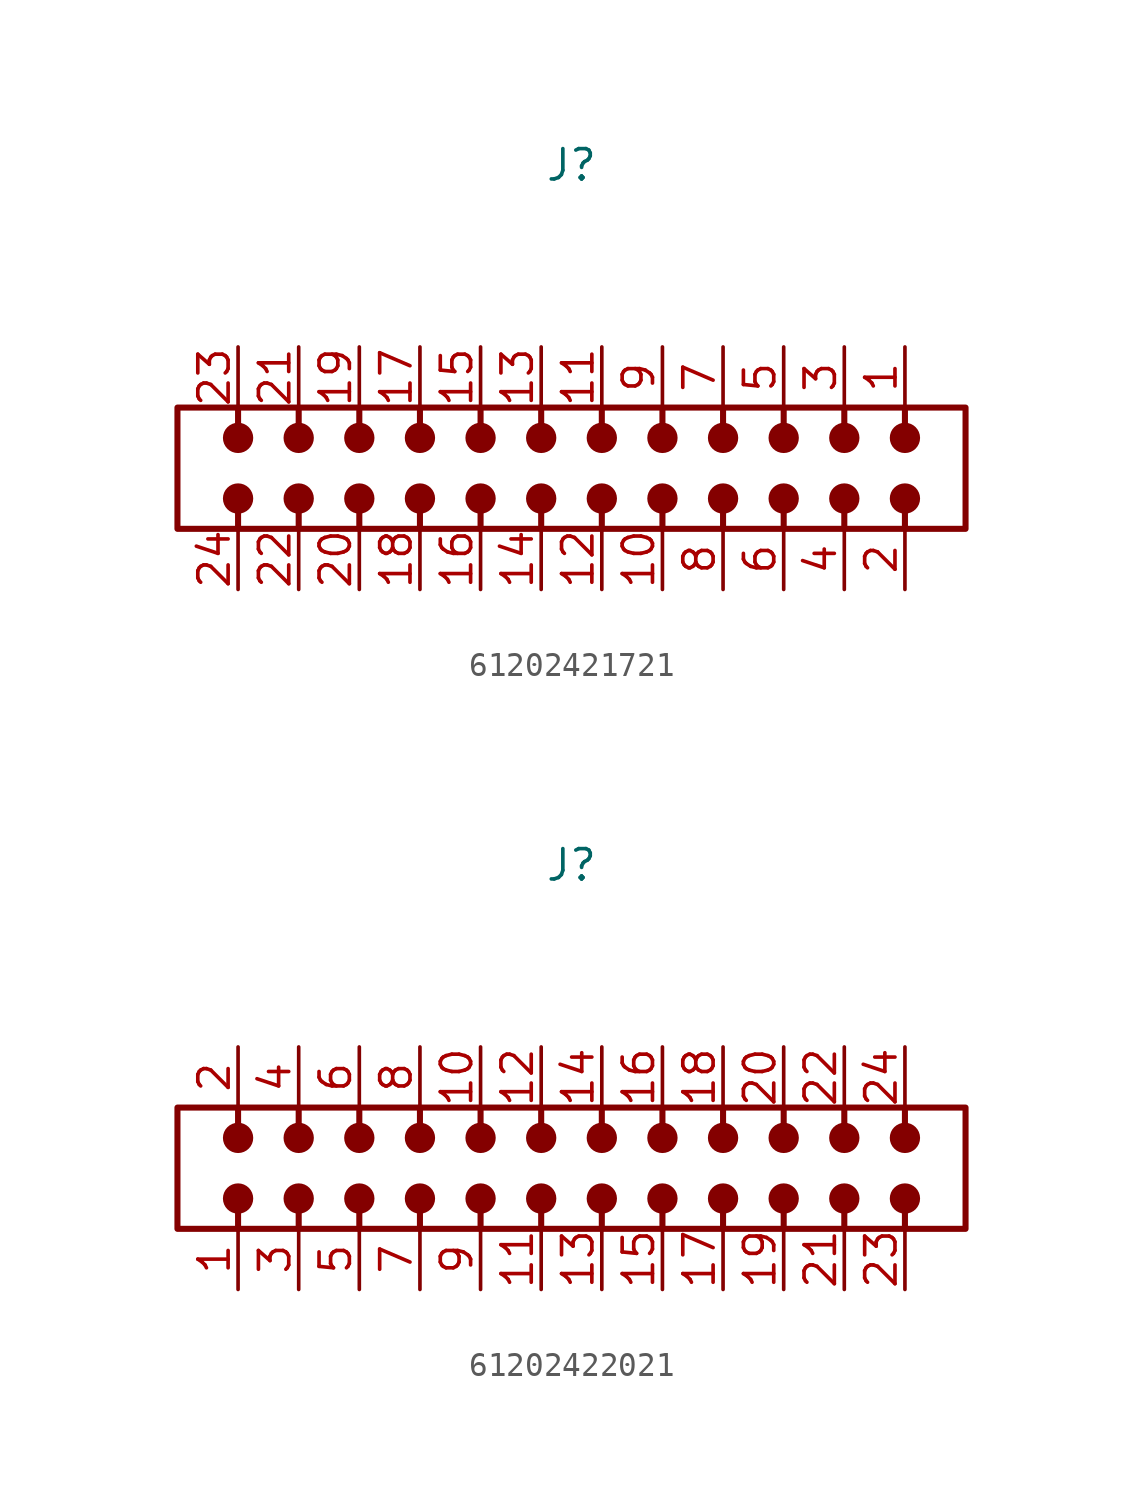
<source format=kicad_sym>
(kicad_symbol_lib
  (version 20241209)
  (generator "kicad_symbol_editor")
  (generator_version "9.0")
  (symbol "61202421721"
    (pin_names
      (hide yes))
    (property "Reference" "J"
      (at 0 12.7 0)
      (effects (font (size 1.27 1.27))))
    (symbol "61202421721_1_1"
      (polyline (pts (xy -13.97 1.778) (xy -13.97 2.54)) (stroke (width 0.254) (type solid)) (fill (type none)))
      (circle (center -13.97 1.27) (radius 0.508) (stroke (width 0.254) (type solid)) (fill (type outline)))
      (circle (center -13.97 -1.27) (radius 0.508) (stroke (width 0.254) (type solid)) (fill (type outline)))
      (polyline (pts (xy -13.97 -1.778) (xy -13.97 -2.54)) (stroke (width 0.254) (type solid)) (fill (type none)))
      (polyline (pts (xy -11.43 1.778) (xy -11.43 2.54)) (stroke (width 0.254) (type solid)) (fill (type none)))
      (circle (center -11.43 1.27) (radius 0.508) (stroke (width 0.254) (type solid)) (fill (type outline)))
      (circle (center -11.43 -1.27) (radius 0.508) (stroke (width 0.254) (type solid)) (fill (type outline)))
      (polyline (pts (xy -11.43 -1.778) (xy -11.43 -2.54)) (stroke (width 0.254) (type solid)) (fill (type none)))
      (polyline (pts (xy -8.89 1.778) (xy -8.89 2.54)) (stroke (width 0.254) (type solid)) (fill (type none)))
      (circle (center -8.89 1.27) (radius 0.508) (stroke (width 0.254) (type solid)) (fill (type outline)))
      (circle (center -8.89 -1.27) (radius 0.508) (stroke (width 0.254) (type solid)) (fill (type outline)))
      (polyline (pts (xy -8.89 -1.778) (xy -8.89 -2.54)) (stroke (width 0.254) (type solid)) (fill (type none)))
      (polyline (pts (xy -6.35 1.778) (xy -6.35 2.54)) (stroke (width 0.254) (type solid)) (fill (type none)))
      (circle (center -6.35 1.27) (radius 0.508) (stroke (width 0.254) (type solid)) (fill (type outline)))
      (circle (center -6.35 -1.27) (radius 0.508) (stroke (width 0.254) (type solid)) (fill (type outline)))
      (polyline (pts (xy -6.35 -1.778) (xy -6.35 -2.54)) (stroke (width 0.254) (type solid)) (fill (type none)))
      (polyline (pts (xy -3.81 1.778) (xy -3.81 2.54)) (stroke (width 0.254) (type solid)) (fill (type none)))
      (circle (center -3.81 1.27) (radius 0.508) (stroke (width 0.254) (type solid)) (fill (type outline)))
      (circle (center -3.81 -1.27) (radius 0.508) (stroke (width 0.254) (type solid)) (fill (type outline)))
      (polyline (pts (xy -3.81 -1.778) (xy -3.81 -2.54)) (stroke (width 0.254) (type solid)) (fill (type none)))
      (polyline (pts (xy -1.27 1.778) (xy -1.27 2.54)) (stroke (width 0.254) (type solid)) (fill (type none)))
      (circle (center -1.27 1.27) (radius 0.508) (stroke (width 0.254) (type solid)) (fill (type outline)))
      (circle (center -1.27 -1.27) (radius 0.508) (stroke (width 0.254) (type solid)) (fill (type outline)))
      (polyline (pts (xy -1.27 -1.778) (xy -1.27 -2.54)) (stroke (width 0.254) (type solid)) (fill (type none)))
      (polyline (pts (xy 1.27 1.778) (xy 1.27 2.54)) (stroke (width 0.254) (type solid)) (fill (type none)))
      (circle (center 1.27 1.27) (radius 0.508) (stroke (width 0.254) (type solid)) (fill (type outline)))
      (circle (center 1.27 -1.27) (radius 0.508) (stroke (width 0.254) (type solid)) (fill (type outline)))
      (polyline (pts (xy 1.27 -1.778) (xy 1.27 -2.54)) (stroke (width 0.254) (type solid)) (fill (type none)))
      (polyline (pts (xy 3.81 1.778) (xy 3.81 2.54)) (stroke (width 0.254) (type solid)) (fill (type none)))
      (circle (center 3.81 1.27) (radius 0.508) (stroke (width 0.254) (type solid)) (fill (type outline)))
      (circle (center 3.81 -1.27) (radius 0.508) (stroke (width 0.254) (type solid)) (fill (type outline)))
      (polyline (pts (xy 3.81 -1.778) (xy 3.81 -2.54)) (stroke (width 0.254) (type solid)) (fill (type none)))
      (polyline (pts (xy 6.35 1.778) (xy 6.35 2.54)) (stroke (width 0.254) (type solid)) (fill (type none)))
      (circle (center 6.35 1.27) (radius 0.508) (stroke (width 0.254) (type solid)) (fill (type outline)))
      (circle (center 6.35 -1.27) (radius 0.508) (stroke (width 0.254) (type solid)) (fill (type outline)))
      (polyline (pts (xy 6.35 -1.778) (xy 6.35 -2.54)) (stroke (width 0.254) (type solid)) (fill (type none)))
      (polyline (pts (xy 8.89 1.778) (xy 8.89 2.54)) (stroke (width 0.254) (type solid)) (fill (type none)))
      (circle (center 8.89 1.27) (radius 0.508) (stroke (width 0.254) (type solid)) (fill (type outline)))
      (circle (center 8.89 -1.27) (radius 0.508) (stroke (width 0.254) (type solid)) (fill (type outline)))
      (polyline (pts (xy 8.89 -1.778) (xy 8.89 -2.54)) (stroke (width 0.254) (type solid)) (fill (type none)))
      (polyline (pts (xy 11.43 1.778) (xy 11.43 2.54)) (stroke (width 0.254) (type solid)) (fill (type none)))
      (circle (center 11.43 1.27) (radius 0.508) (stroke (width 0.254) (type solid)) (fill (type outline)))
      (circle (center 11.43 -1.27) (radius 0.508) (stroke (width 0.254) (type solid)) (fill (type outline)))
      (polyline (pts (xy 11.43 -1.778) (xy 11.43 -2.54)) (stroke (width 0.254) (type solid)) (fill (type none)))
      (polyline (pts (xy 13.97 1.778) (xy 13.97 2.54)) (stroke (width 0.254) (type solid)) (fill (type none)))
      (circle (center 13.97 1.27) (radius 0.508) (stroke (width 0.254) (type solid)) (fill (type outline)))
      (circle (center 13.97 -1.27) (radius 0.508) (stroke (width 0.254) (type solid)) (fill (type outline)))
      (polyline (pts (xy 13.97 -1.778) (xy 13.97 -2.54)) (stroke (width 0.254) (type solid)) (fill (type none)))
      (rectangle (start 16.51 -2.54) (end -16.51 2.54) (stroke (width 0.254) (type solid)) (fill (type none)))
      (pin passive line (at -13.97 5.08 270) (length 2.54) (name "23" (effects (font (size 1.27 1.27)))) (number "23" (effects (font (size 1.27 1.27)))))
      (pin passive line (at -13.97 -5.08 90) (length 2.54) (name "24" (effects (font (size 1.27 1.27)))) (number "24" (effects (font (size 1.27 1.27)))))
      (pin passive line (at -11.43 5.08 270) (length 2.54) (name "21" (effects (font (size 1.27 1.27)))) (number "21" (effects (font (size 1.27 1.27)))))
      (pin passive line (at -11.43 -5.08 90) (length 2.54) (name "22" (effects (font (size 1.27 1.27)))) (number "22" (effects (font (size 1.27 1.27)))))
      (pin passive line (at -8.89 5.08 270) (length 2.54) (name "19" (effects (font (size 1.27 1.27)))) (number "19" (effects (font (size 1.27 1.27)))))
      (pin passive line (at -8.89 -5.08 90) (length 2.54) (name "20" (effects (font (size 1.27 1.27)))) (number "20" (effects (font (size 1.27 1.27)))))
      (pin passive line (at -6.35 5.08 270) (length 2.54) (name "17" (effects (font (size 1.27 1.27)))) (number "17" (effects (font (size 1.27 1.27)))))
      (pin passive line (at -6.35 -5.08 90) (length 2.54) (name "18" (effects (font (size 1.27 1.27)))) (number "18" (effects (font (size 1.27 1.27)))))
      (pin passive line (at -3.81 5.08 270) (length 2.54) (name "15" (effects (font (size 1.27 1.27)))) (number "15" (effects (font (size 1.27 1.27)))))
      (pin passive line (at -3.81 -5.08 90) (length 2.54) (name "16" (effects (font (size 1.27 1.27)))) (number "16" (effects (font (size 1.27 1.27)))))
      (pin passive line (at -1.27 5.08 270) (length 2.54) (name "13" (effects (font (size 1.27 1.27)))) (number "13" (effects (font (size 1.27 1.27)))))
      (pin passive line (at -1.27 -5.08 90) (length 2.54) (name "14" (effects (font (size 1.27 1.27)))) (number "14" (effects (font (size 1.27 1.27)))))
      (pin passive line (at 1.27 5.08 270) (length 2.54) (name "11" (effects (font (size 1.27 1.27)))) (number "11" (effects (font (size 1.27 1.27)))))
      (pin passive line (at 1.27 -5.08 90) (length 2.54) (name "12" (effects (font (size 1.27 1.27)))) (number "12" (effects (font (size 1.27 1.27)))))
      (pin passive line (at 3.81 5.08 270) (length 2.54) (name "9" (effects (font (size 1.27 1.27)))) (number "9" (effects (font (size 1.27 1.27)))))
      (pin passive line (at 3.81 -5.08 90) (length 2.54) (name "10" (effects (font (size 1.27 1.27)))) (number "10" (effects (font (size 1.27 1.27)))))
      (pin passive line (at 6.35 5.08 270) (length 2.54) (name "7" (effects (font (size 1.27 1.27)))) (number "7" (effects (font (size 1.27 1.27)))))
      (pin passive line (at 6.35 -5.08 90) (length 2.54) (name "8" (effects (font (size 1.27 1.27)))) (number "8" (effects (font (size 1.27 1.27)))))
      (pin passive line (at 8.89 5.08 270) (length 2.54) (name "5" (effects (font (size 1.27 1.27)))) (number "5" (effects (font (size 1.27 1.27)))))
      (pin passive line (at 8.89 -5.08 90) (length 2.54) (name "6" (effects (font (size 1.27 1.27)))) (number "6" (effects (font (size 1.27 1.27)))))
      (pin passive line (at 11.43 5.08 270) (length 2.54) (name "3" (effects (font (size 1.27 1.27)))) (number "3" (effects (font (size 1.27 1.27)))))
      (pin passive line (at 11.43 -5.08 90) (length 2.54) (name "4" (effects (font (size 1.27 1.27)))) (number "4" (effects (font (size 1.27 1.27)))))
      (pin passive line (at 13.97 5.08 270) (length 2.54) (name "1" (effects (font (size 1.27 1.27)))) (number "1" (effects (font (size 1.27 1.27)))))
      (pin passive line (at 13.97 -5.08 90) (length 2.54) (name "2" (effects (font (size 1.27 1.27)))) (number "2" (effects (font (size 1.27 1.27)))))))
  (symbol "61202422021"
    (pin_names
      (hide yes))
    (property "Reference" "J"
      (at 0 12.7 0)
      (effects (font (size 1.27 1.27))))
    (symbol "61202422021_1_1"
      (rectangle (start -16.51 2.54) (end 16.51 -2.54) (stroke (width 0.254) (type solid)) (fill (type none)))
      (polyline (pts (xy -13.97 1.778) (xy -13.97 2.54)) (stroke (width 0.254) (type solid)) (fill (type none)))
      (circle (center -13.97 1.27) (radius 0.508) (stroke (width 0.254) (type solid)) (fill (type outline)))
      (circle (center -13.97 -1.27) (radius 0.508) (stroke (width 0.254) (type solid)) (fill (type outline)))
      (polyline (pts (xy -13.97 -1.778) (xy -13.97 -2.54)) (stroke (width 0.254) (type solid)) (fill (type none)))
      (polyline (pts (xy -11.43 1.778) (xy -11.43 2.54)) (stroke (width 0.254) (type solid)) (fill (type none)))
      (circle (center -11.43 1.27) (radius 0.508) (stroke (width 0.254) (type solid)) (fill (type outline)))
      (circle (center -11.43 -1.27) (radius 0.508) (stroke (width 0.254) (type solid)) (fill (type outline)))
      (polyline (pts (xy -11.43 -1.778) (xy -11.43 -2.54)) (stroke (width 0.254) (type solid)) (fill (type none)))
      (polyline (pts (xy -8.89 1.778) (xy -8.89 2.54)) (stroke (width 0.254) (type solid)) (fill (type none)))
      (circle (center -8.89 1.27) (radius 0.508) (stroke (width 0.254) (type solid)) (fill (type outline)))
      (circle (center -8.89 -1.27) (radius 0.508) (stroke (width 0.254) (type solid)) (fill (type outline)))
      (polyline (pts (xy -8.89 -1.778) (xy -8.89 -2.54)) (stroke (width 0.254) (type solid)) (fill (type none)))
      (polyline (pts (xy -6.35 1.778) (xy -6.35 2.54)) (stroke (width 0.254) (type solid)) (fill (type none)))
      (circle (center -6.35 1.27) (radius 0.508) (stroke (width 0.254) (type solid)) (fill (type outline)))
      (circle (center -6.35 -1.27) (radius 0.508) (stroke (width 0.254) (type solid)) (fill (type outline)))
      (polyline (pts (xy -6.35 -1.778) (xy -6.35 -2.54)) (stroke (width 0.254) (type solid)) (fill (type none)))
      (polyline (pts (xy -3.81 1.778) (xy -3.81 2.54)) (stroke (width 0.254) (type solid)) (fill (type none)))
      (circle (center -3.81 1.27) (radius 0.508) (stroke (width 0.254) (type solid)) (fill (type outline)))
      (circle (center -3.81 -1.27) (radius 0.508) (stroke (width 0.254) (type solid)) (fill (type outline)))
      (polyline (pts (xy -3.81 -1.778) (xy -3.81 -2.54)) (stroke (width 0.254) (type solid)) (fill (type none)))
      (polyline (pts (xy -1.27 1.778) (xy -1.27 2.54)) (stroke (width 0.254) (type solid)) (fill (type none)))
      (circle (center -1.27 1.27) (radius 0.508) (stroke (width 0.254) (type solid)) (fill (type outline)))
      (circle (center -1.27 -1.27) (radius 0.508) (stroke (width 0.254) (type solid)) (fill (type outline)))
      (polyline (pts (xy -1.27 -1.778) (xy -1.27 -2.54)) (stroke (width 0.254) (type solid)) (fill (type none)))
      (polyline (pts (xy 1.27 1.778) (xy 1.27 2.54)) (stroke (width 0.254) (type solid)) (fill (type none)))
      (circle (center 1.27 1.27) (radius 0.508) (stroke (width 0.254) (type solid)) (fill (type outline)))
      (circle (center 1.27 -1.27) (radius 0.508) (stroke (width 0.254) (type solid)) (fill (type outline)))
      (polyline (pts (xy 1.27 -1.778) (xy 1.27 -2.54)) (stroke (width 0.254) (type solid)) (fill (type none)))
      (polyline (pts (xy 3.81 1.778) (xy 3.81 2.54)) (stroke (width 0.254) (type solid)) (fill (type none)))
      (circle (center 3.81 1.27) (radius 0.508) (stroke (width 0.254) (type solid)) (fill (type outline)))
      (circle (center 3.81 -1.27) (radius 0.508) (stroke (width 0.254) (type solid)) (fill (type outline)))
      (polyline (pts (xy 3.81 -1.778) (xy 3.81 -2.54)) (stroke (width 0.254) (type solid)) (fill (type none)))
      (polyline (pts (xy 6.35 1.778) (xy 6.35 2.54)) (stroke (width 0.254) (type solid)) (fill (type none)))
      (circle (center 6.35 1.27) (radius 0.508) (stroke (width 0.254) (type solid)) (fill (type outline)))
      (circle (center 6.35 -1.27) (radius 0.508) (stroke (width 0.254) (type solid)) (fill (type outline)))
      (polyline (pts (xy 6.35 -1.778) (xy 6.35 -2.54)) (stroke (width 0.254) (type solid)) (fill (type none)))
      (polyline (pts (xy 8.89 1.778) (xy 8.89 2.54)) (stroke (width 0.254) (type solid)) (fill (type none)))
      (circle (center 8.89 1.27) (radius 0.508) (stroke (width 0.254) (type solid)) (fill (type outline)))
      (circle (center 8.89 -1.27) (radius 0.508) (stroke (width 0.254) (type solid)) (fill (type outline)))
      (polyline (pts (xy 8.89 -1.778) (xy 8.89 -2.54)) (stroke (width 0.254) (type solid)) (fill (type none)))
      (polyline (pts (xy 11.43 1.778) (xy 11.43 2.54)) (stroke (width 0.254) (type solid)) (fill (type none)))
      (circle (center 11.43 1.27) (radius 0.508) (stroke (width 0.254) (type solid)) (fill (type outline)))
      (circle (center 11.43 -1.27) (radius 0.508) (stroke (width 0.254) (type solid)) (fill (type outline)))
      (polyline (pts (xy 11.43 -1.778) (xy 11.43 -2.54)) (stroke (width 0.254) (type solid)) (fill (type none)))
      (polyline (pts (xy 13.97 1.778) (xy 13.97 2.54)) (stroke (width 0.254) (type solid)) (fill (type none)))
      (circle (center 13.97 1.27) (radius 0.508) (stroke (width 0.254) (type solid)) (fill (type outline)))
      (circle (center 13.97 -1.27) (radius 0.508) (stroke (width 0.254) (type solid)) (fill (type outline)))
      (polyline (pts (xy 13.97 -1.778) (xy 13.97 -2.54)) (stroke (width 0.254) (type solid)) (fill (type none)))
      (pin passive line (at -13.97 5.08 270) (length 2.54) (name "2" (effects (font (size 1.27 1.27)))) (number "2" (effects (font (size 1.27 1.27)))))
      (pin passive line (at -13.97 -5.08 90) (length 2.54) (name "1" (effects (font (size 1.27 1.27)))) (number "1" (effects (font (size 1.27 1.27)))))
      (pin passive line (at -11.43 5.08 270) (length 2.54) (name "4" (effects (font (size 1.27 1.27)))) (number "4" (effects (font (size 1.27 1.27)))))
      (pin passive line (at -11.43 -5.08 90) (length 2.54) (name "3" (effects (font (size 1.27 1.27)))) (number "3" (effects (font (size 1.27 1.27)))))
      (pin passive line (at -8.89 5.08 270) (length 2.54) (name "6" (effects (font (size 1.27 1.27)))) (number "6" (effects (font (size 1.27 1.27)))))
      (pin passive line (at -8.89 -5.08 90) (length 2.54) (name "5" (effects (font (size 1.27 1.27)))) (number "5" (effects (font (size 1.27 1.27)))))
      (pin passive line (at -6.35 5.08 270) (length 2.54) (name "8" (effects (font (size 1.27 1.27)))) (number "8" (effects (font (size 1.27 1.27)))))
      (pin passive line (at -6.35 -5.08 90) (length 2.54) (name "7" (effects (font (size 1.27 1.27)))) (number "7" (effects (font (size 1.27 1.27)))))
      (pin passive line (at -3.81 5.08 270) (length 2.54) (name "10" (effects (font (size 1.27 1.27)))) (number "10" (effects (font (size 1.27 1.27)))))
      (pin passive line (at -3.81 -5.08 90) (length 2.54) (name "9" (effects (font (size 1.27 1.27)))) (number "9" (effects (font (size 1.27 1.27)))))
      (pin passive line (at -1.27 5.08 270) (length 2.54) (name "12" (effects (font (size 1.27 1.27)))) (number "12" (effects (font (size 1.27 1.27)))))
      (pin passive line (at -1.27 -5.08 90) (length 2.54) (name "11" (effects (font (size 1.27 1.27)))) (number "11" (effects (font (size 1.27 1.27)))))
      (pin passive line (at 1.27 5.08 270) (length 2.54) (name "14" (effects (font (size 1.27 1.27)))) (number "14" (effects (font (size 1.27 1.27)))))
      (pin passive line (at 1.27 -5.08 90) (length 2.54) (name "13" (effects (font (size 1.27 1.27)))) (number "13" (effects (font (size 1.27 1.27)))))
      (pin passive line (at 3.81 5.08 270) (length 2.54) (name "16" (effects (font (size 1.27 1.27)))) (number "16" (effects (font (size 1.27 1.27)))))
      (pin passive line (at 3.81 -5.08 90) (length 2.54) (name "15" (effects (font (size 1.27 1.27)))) (number "15" (effects (font (size 1.27 1.27)))))
      (pin passive line (at 6.35 5.08 270) (length 2.54) (name "18" (effects (font (size 1.27 1.27)))) (number "18" (effects (font (size 1.27 1.27)))))
      (pin passive line (at 6.35 -5.08 90) (length 2.54) (name "17" (effects (font (size 1.27 1.27)))) (number "17" (effects (font (size 1.27 1.27)))))
      (pin passive line (at 8.89 5.08 270) (length 2.54) (name "20" (effects (font (size 1.27 1.27)))) (number "20" (effects (font (size 1.27 1.27)))))
      (pin passive line (at 8.89 -5.08 90) (length 2.54) (name "19" (effects (font (size 1.27 1.27)))) (number "19" (effects (font (size 1.27 1.27)))))
      (pin passive line (at 11.43 5.08 270) (length 2.54) (name "22" (effects (font (size 1.27 1.27)))) (number "22" (effects (font (size 1.27 1.27)))))
      (pin passive line (at 11.43 -5.08 90) (length 2.54) (name "21" (effects (font (size 1.27 1.27)))) (number "21" (effects (font (size 1.27 1.27)))))
      (pin passive line (at 13.97 5.08 270) (length 2.54) (name "24" (effects (font (size 1.27 1.27)))) (number "24" (effects (font (size 1.27 1.27)))))
      (pin passive line (at 13.97 -5.08 90) (length 2.54) (name "23" (effects (font (size 1.27 1.27)))) (number "23" (effects (font (size 1.27 1.27))))))))
</source>
